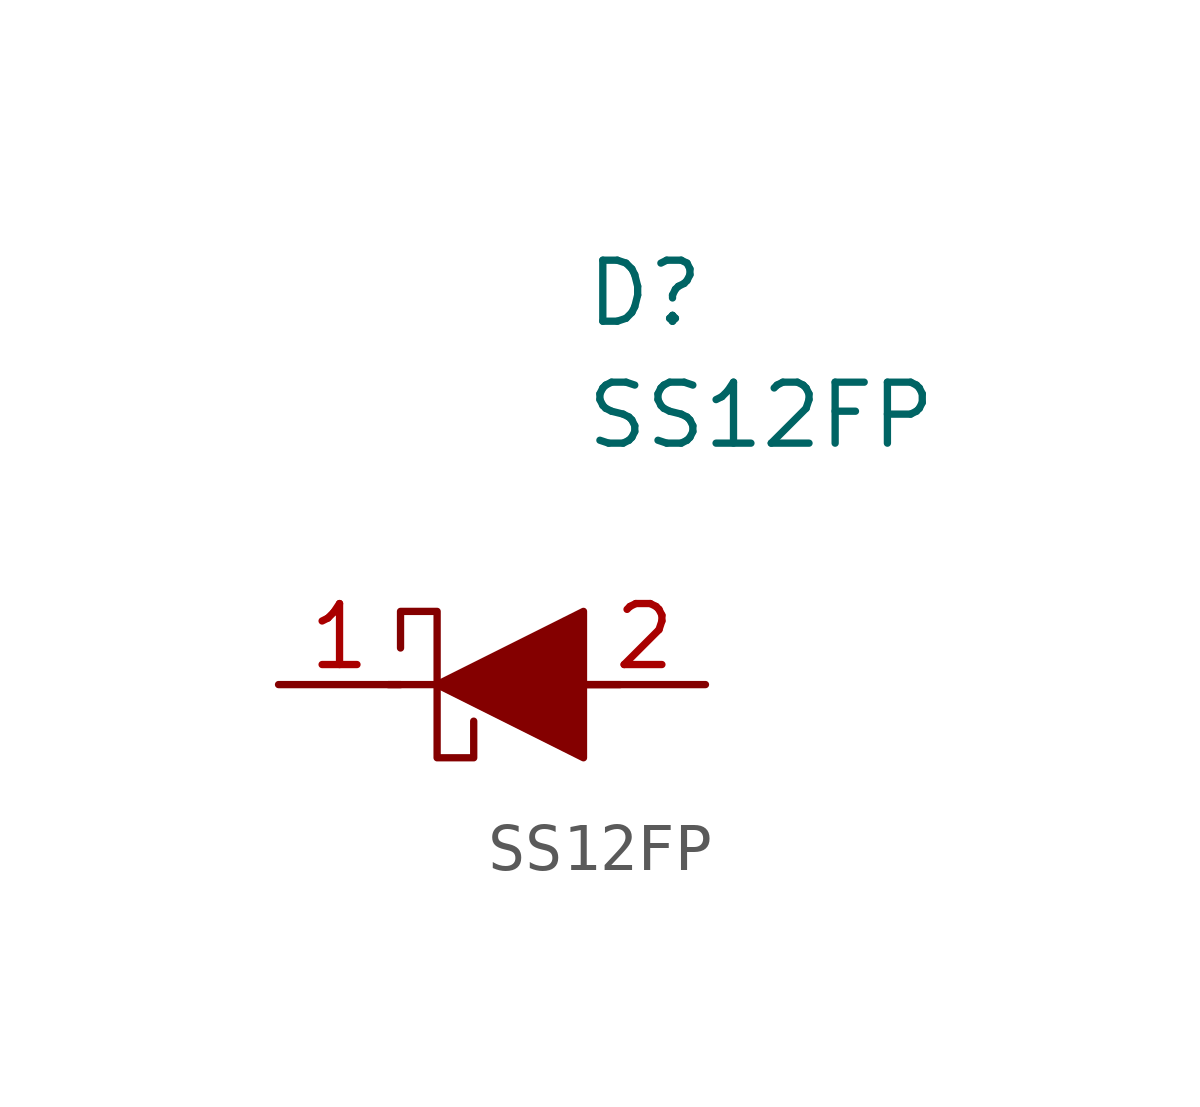
<source format=kicad_sym>
(kicad_symbol_lib
  (version 20220914)
  (generator kicad_symbol_editor)
  (symbol "SS12FP"
    (pin_names hide)
    (property "Reference" "D"
      (at 12.7 8.89 0)
      (effects (font (size 1.27 1.27)) (justify left top)))
    (property "Value" "SS12FP"
      (at 12.7 6.35 0)
      (effects (font (size 1.27 1.27)) (justify left top)))
    (symbol "SS12FP_0_1"
      (polyline (pts (xy 8.636 0) (xy 9.652 0)) (stroke (width 0) (type default)) (fill (type none)))
      (polyline (pts (xy 13.462 0) (xy 12.7 0)) (stroke (width 0) (type default)) (fill (type none))))
    (symbol "SS12FP_1_1"
      (polyline (pts (xy 9.652 0) (xy 9.652 -1.524) (xy 10.414 -1.524) (xy 10.414 -0.762)) (stroke (width 0) (type default)) (fill (type none)))
      (polyline (pts (xy 9.652 0) (xy 9.652 1.524) (xy 8.89 1.524) (xy 8.89 0.762)) (stroke (width 0) (type default)) (fill (type none)))
      (polyline (pts (xy 12.7 1.524) (xy 12.7 0) (xy 12.7 -1.524) (xy 9.652 0) (xy 12.7 1.524)) (stroke (width 0) (type default)) (fill (type outline)))
      (pin passive line (at 6.35 0 0) (length 2.54) (name "K" (effects (font (size 1.27 1.27)))) (number "1" (effects (font (size 1.27 1.27)))))
      (pin passive line (at 15.24 0 180) (length 2.54) (name "A" (effects (font (size 1.27 1.27)))) (number "2" (effects (font (size 1.27 1.27))))))))
</source>
